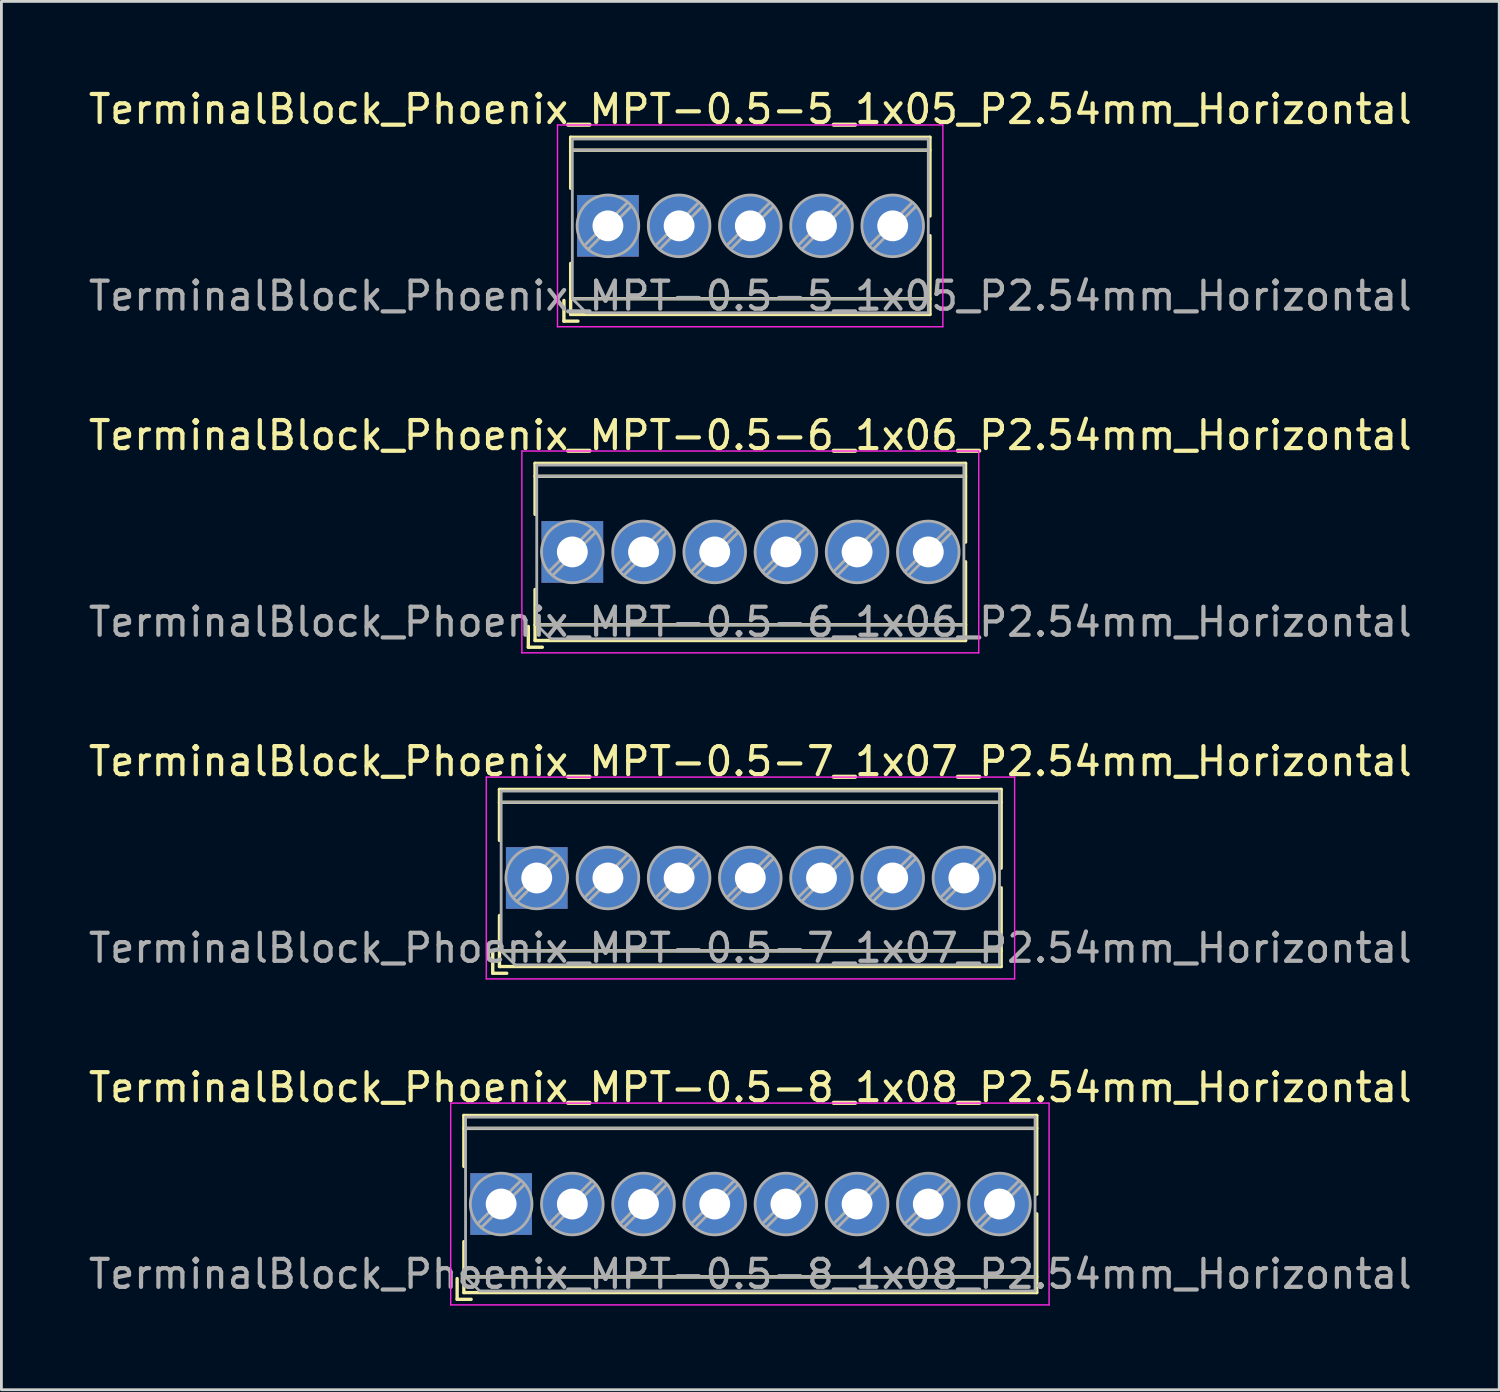
<source format=kicad_pcb>
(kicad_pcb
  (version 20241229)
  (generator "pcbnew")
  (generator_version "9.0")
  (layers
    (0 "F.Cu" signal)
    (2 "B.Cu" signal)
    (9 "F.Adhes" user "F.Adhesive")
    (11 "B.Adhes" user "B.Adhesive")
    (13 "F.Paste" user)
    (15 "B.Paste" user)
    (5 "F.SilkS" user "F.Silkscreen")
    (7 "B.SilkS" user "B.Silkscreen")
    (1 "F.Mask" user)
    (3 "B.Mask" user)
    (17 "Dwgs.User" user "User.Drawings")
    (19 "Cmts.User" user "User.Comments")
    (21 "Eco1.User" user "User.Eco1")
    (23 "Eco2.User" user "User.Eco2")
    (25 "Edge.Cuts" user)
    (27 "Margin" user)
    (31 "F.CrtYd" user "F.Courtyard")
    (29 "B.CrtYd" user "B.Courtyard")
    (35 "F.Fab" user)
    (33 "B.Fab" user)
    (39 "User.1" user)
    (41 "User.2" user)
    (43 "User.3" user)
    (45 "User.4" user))
  (footprint "TerminalBlock_Phoenix_MPT-0.5-7_1x07_P2.54mm_Horizontal"
    (layer "F.Cu")
    (at 16.1 28.275)
    (property "Reference" "TerminalBlock_Phoenix_MPT-0.5-7_1x07_P2.54mm_Horizontal" (at 7.62 -4.16 0) (layer "F.SilkS") (effects (font (size 1 1) (thickness 0.15))))
    (attr through_hole)
    (fp_line (start -1.57 2.66) (end -1.57 3.4) (stroke (width 0.12) (type solid)) (layer "F.SilkS"))
    (fp_line (start -1.57 3.4) (end -1.07 3.4) (stroke (width 0.12) (type solid)) (layer "F.SilkS"))
    (fp_line (start -1.33 -3.16) (end -1.33 -1.34) (stroke (width 0.12) (type solid)) (layer "F.SilkS"))
    (fp_line (start -1.33 -3.16) (end 16.57 -3.16) (stroke (width 0.12) (type solid)) (layer "F.SilkS"))
    (fp_line (start -1.33 -2.7) (end 16.57 -2.7) (stroke (width 0.12) (type solid)) (layer "F.SilkS"))
    (fp_line (start -1.33 1.34) (end -1.33 3.16) (stroke (width 0.12) (type solid)) (layer "F.SilkS"))
    (fp_line (start -1.33 2.6) (end 16.57 2.6) (stroke (width 0.12) (type solid)) (layer "F.SilkS"))
    (fp_line (start -1.33 3.16) (end 16.57 3.16) (stroke (width 0.12) (type solid)) (layer "F.SilkS"))
    (fp_line (start 16.57 -3.16) (end 16.57 -0.35) (stroke (width 0.12) (type solid)) (layer "F.SilkS"))
    (fp_line (start 16.57 0.35) (end 16.57 3.16) (stroke (width 0.12) (type solid)) (layer "F.SilkS"))
    (fp_line (start -1.8 -3.6) (end -1.8 3.6) (stroke (width 0.05) (type solid)) (layer "F.CrtYd"))
    (fp_line (start -1.8 3.6) (end 17.05 3.6) (stroke (width 0.05) (type solid)) (layer "F.CrtYd"))
    (fp_line (start 17.05 -3.6) (end -1.8 -3.6) (stroke (width 0.05) (type solid)) (layer "F.CrtYd"))
    (fp_line (start 17.05 3.6) (end 17.05 -3.6) (stroke (width 0.05) (type solid)) (layer "F.CrtYd"))
    (fp_line (start -1.27 -3.1) (end 16.51 -3.1) (stroke (width 0.1) (type solid)) (layer "F.Fab"))
    (fp_line (start -1.27 -2.7) (end 16.51 -2.7) (stroke (width 0.1) (type solid)) (layer "F.Fab"))
    (fp_line (start -1.27 2.6) (end -1.27 -3.1) (stroke (width 0.1) (type solid)) (layer "F.Fab"))
    (fp_line (start -1.27 2.6) (end 16.51 2.6) (stroke (width 0.1) (type solid)) (layer "F.Fab"))
    (fp_line (start -0.77 3.1) (end -1.27 2.6) (stroke (width 0.1) (type solid)) (layer "F.Fab"))
    (fp_line (start 0.701 -0.835) (end -0.835 0.7) (stroke (width 0.1) (type solid)) (layer "F.Fab"))
    (fp_line (start 0.835 -0.7) (end -0.701 0.835) (stroke (width 0.1) (type solid)) (layer "F.Fab"))
    (fp_line (start 3.241 -0.835) (end 1.706 0.7) (stroke (width 0.1) (type solid)) (layer "F.Fab"))
    (fp_line (start 3.375 -0.7) (end 1.84 0.835) (stroke (width 0.1) (type solid)) (layer "F.Fab"))
    (fp_line (start 5.781 -0.835) (end 4.246 0.7) (stroke (width 0.1) (type solid)) (layer "F.Fab"))
    (fp_line (start 5.915 -0.7) (end 4.38 0.835) (stroke (width 0.1) (type solid)) (layer "F.Fab"))
    (fp_line (start 8.321 -0.835) (end 6.786 0.7) (stroke (width 0.1) (type solid)) (layer "F.Fab"))
    (fp_line (start 8.455 -0.7) (end 6.92 0.835) (stroke (width 0.1) (type solid)) (layer "F.Fab"))
    (fp_line (start 10.861 -0.835) (end 9.326 0.7) (stroke (width 0.1) (type solid)) (layer "F.Fab"))
    (fp_line (start 10.995 -0.7) (end 9.46 0.835) (stroke (width 0.1) (type solid)) (layer "F.Fab"))
    (fp_line (start 13.401 -0.835) (end 11.866 0.7) (stroke (width 0.1) (type solid)) (layer "F.Fab"))
    (fp_line (start 13.535 -0.7) (end 12 0.835) (stroke (width 0.1) (type solid)) (layer "F.Fab"))
    (fp_line (start 15.941 -0.835) (end 14.406 0.7) (stroke (width 0.1) (type solid)) (layer "F.Fab"))
    (fp_line (start 16.075 -0.7) (end 14.54 0.835) (stroke (width 0.1) (type solid)) (layer "F.Fab"))
    (fp_line (start 16.51 -3.1) (end 16.51 3.1) (stroke (width 0.1) (type solid)) (layer "F.Fab"))
    (fp_line (start 16.51 3.1) (end -0.77 3.1) (stroke (width 0.1) (type solid)) (layer "F.Fab"))
    (fp_circle (center 0 0) (end 1.1 0) (stroke (width 0.1) (type solid)) (fill no) (layer "F.Fab"))
    (fp_circle (center 2.54 0) (end 3.64 0) (stroke (width 0.1) (type solid)) (fill no) (layer "F.Fab"))
    (fp_circle (center 5.08 0) (end 6.18 0) (stroke (width 0.1) (type solid)) (fill no) (layer "F.Fab"))
    (fp_circle (center 7.62 0) (end 8.72 0) (stroke (width 0.1) (type solid)) (fill no) (layer "F.Fab"))
    (fp_circle (center 10.16 0) (end 11.26 0) (stroke (width 0.1) (type solid)) (fill no) (layer "F.Fab"))
    (fp_circle (center 12.7 0) (end 13.8 0) (stroke (width 0.1) (type solid)) (fill no) (layer "F.Fab"))
    (fp_circle (center 15.24 0) (end 16.34 0) (stroke (width 0.1) (type solid)) (fill no) (layer "F.Fab"))
    (fp_text user "${REFERENCE}" (at 7.62 2.5 0) (layer "F.Fab") (effects (font (size 1 1) (thickness 0.15))))
    (pad "1" thru_hole rect (at 0 0) (size 2.2 2.2) (drill 1.1) (layers "*.Cu" "*.Mask"))
    (pad "2" thru_hole circle (at 2.54 0) (size 2.2 2.2) (drill 1.1) (layers "*.Cu" "*.Mask"))
    (pad "3" thru_hole circle (at 5.08 0) (size 2.2 2.2) (drill 1.1) (layers "*.Cu" "*.Mask"))
    (pad "4" thru_hole circle (at 7.62 0) (size 2.2 2.2) (drill 1.1) (layers "*.Cu" "*.Mask"))
    (pad "5" thru_hole circle (at 10.16 0) (size 2.2 2.2) (drill 1.1) (layers "*.Cu" "*.Mask"))
    (pad "6" thru_hole circle (at 12.7 0) (size 2.2 2.2) (drill 1.1) (layers "*.Cu" "*.Mask"))
    (pad "7" thru_hole circle (at 15.24 0) (size 2.2 2.2) (drill 1.1) (layers "*.Cu" "*.Mask")))
  (footprint "TerminalBlock_Phoenix_MPT-0.5-5_1x05_P2.54mm_Horizontal"
    (layer "F.Cu")
    (at 18.64 5.008)
    (property "Reference" "TerminalBlock_Phoenix_MPT-0.5-5_1x05_P2.54mm_Horizontal" (at 5.08 -4.16 0) (layer "F.SilkS") (effects (font (size 1 1) (thickness 0.15))))
    (attr through_hole)
    (fp_line (start -1.57 2.66) (end -1.57 3.4) (stroke (width 0.12) (type solid)) (layer "F.SilkS"))
    (fp_line (start -1.57 3.4) (end -1.07 3.4) (stroke (width 0.12) (type solid)) (layer "F.SilkS"))
    (fp_line (start -1.33 -3.16) (end -1.33 -1.34) (stroke (width 0.12) (type solid)) (layer "F.SilkS"))
    (fp_line (start -1.33 -3.16) (end 11.49 -3.16) (stroke (width 0.12) (type solid)) (layer "F.SilkS"))
    (fp_line (start -1.33 -2.7) (end 11.49 -2.7) (stroke (width 0.12) (type solid)) (layer "F.SilkS"))
    (fp_line (start -1.33 1.34) (end -1.33 3.16) (stroke (width 0.12) (type solid)) (layer "F.SilkS"))
    (fp_line (start -1.33 2.6) (end 11.49 2.6) (stroke (width 0.12) (type solid)) (layer "F.SilkS"))
    (fp_line (start -1.33 3.16) (end 11.49 3.16) (stroke (width 0.12) (type solid)) (layer "F.SilkS"))
    (fp_line (start 11.49 -3.16) (end 11.49 -0.35) (stroke (width 0.12) (type solid)) (layer "F.SilkS"))
    (fp_line (start 11.49 0.35) (end 11.49 3.16) (stroke (width 0.12) (type solid)) (layer "F.SilkS"))
    (fp_line (start -1.8 -3.6) (end -1.8 3.6) (stroke (width 0.05) (type solid)) (layer "F.CrtYd"))
    (fp_line (start -1.8 3.6) (end 11.95 3.6) (stroke (width 0.05) (type solid)) (layer "F.CrtYd"))
    (fp_line (start 11.95 -3.6) (end -1.8 -3.6) (stroke (width 0.05) (type solid)) (layer "F.CrtYd"))
    (fp_line (start 11.95 3.6) (end 11.95 -3.6) (stroke (width 0.05) (type solid)) (layer "F.CrtYd"))
    (fp_line (start -1.27 -3.1) (end 11.43 -3.1) (stroke (width 0.1) (type solid)) (layer "F.Fab"))
    (fp_line (start -1.27 -2.7) (end 11.43 -2.7) (stroke (width 0.1) (type solid)) (layer "F.Fab"))
    (fp_line (start -1.27 2.6) (end -1.27 -3.1) (stroke (width 0.1) (type solid)) (layer "F.Fab"))
    (fp_line (start -1.27 2.6) (end 11.43 2.6) (stroke (width 0.1) (type solid)) (layer "F.Fab"))
    (fp_line (start -0.77 3.1) (end -1.27 2.6) (stroke (width 0.1) (type solid)) (layer "F.Fab"))
    (fp_line (start 0.701 -0.835) (end -0.835 0.7) (stroke (width 0.1) (type solid)) (layer "F.Fab"))
    (fp_line (start 0.835 -0.7) (end -0.701 0.835) (stroke (width 0.1) (type solid)) (layer "F.Fab"))
    (fp_line (start 3.241 -0.835) (end 1.706 0.7) (stroke (width 0.1) (type solid)) (layer "F.Fab"))
    (fp_line (start 3.375 -0.7) (end 1.84 0.835) (stroke (width 0.1) (type solid)) (layer "F.Fab"))
    (fp_line (start 5.781 -0.835) (end 4.246 0.7) (stroke (width 0.1) (type solid)) (layer "F.Fab"))
    (fp_line (start 5.915 -0.7) (end 4.38 0.835) (stroke (width 0.1) (type solid)) (layer "F.Fab"))
    (fp_line (start 8.321 -0.835) (end 6.786 0.7) (stroke (width 0.1) (type solid)) (layer "F.Fab"))
    (fp_line (start 8.455 -0.7) (end 6.92 0.835) (stroke (width 0.1) (type solid)) (layer "F.Fab"))
    (fp_line (start 10.861 -0.835) (end 9.326 0.7) (stroke (width 0.1) (type solid)) (layer "F.Fab"))
    (fp_line (start 10.995 -0.7) (end 9.46 0.835) (stroke (width 0.1) (type solid)) (layer "F.Fab"))
    (fp_line (start 11.43 -3.1) (end 11.43 3.1) (stroke (width 0.1) (type solid)) (layer "F.Fab"))
    (fp_line (start 11.43 3.1) (end -0.77 3.1) (stroke (width 0.1) (type solid)) (layer "F.Fab"))
    (fp_circle (center 0 0) (end 1.1 0) (stroke (width 0.1) (type solid)) (fill no) (layer "F.Fab"))
    (fp_circle (center 2.54 0) (end 3.64 0) (stroke (width 0.1) (type solid)) (fill no) (layer "F.Fab"))
    (fp_circle (center 5.08 0) (end 6.18 0) (stroke (width 0.1) (type solid)) (fill no) (layer "F.Fab"))
    (fp_circle (center 7.62 0) (end 8.72 0) (stroke (width 0.1) (type solid)) (fill no) (layer "F.Fab"))
    (fp_circle (center 10.16 0) (end 11.26 0) (stroke (width 0.1) (type solid)) (fill no) (layer "F.Fab"))
    (fp_text user "${REFERENCE}" (at 5.08 2.5 0) (layer "F.Fab") (effects (font (size 1 1) (thickness 0.15))))
    (pad "1" thru_hole rect (at 0 0) (size 2.2 2.2) (drill 1.1) (layers "*.Cu" "*.Mask"))
    (pad "2" thru_hole circle (at 2.54 0) (size 2.2 2.2) (drill 1.1) (layers "*.Cu" "*.Mask"))
    (pad "3" thru_hole circle (at 5.08 0) (size 2.2 2.2) (drill 1.1) (layers "*.Cu" "*.Mask"))
    (pad "4" thru_hole circle (at 7.62 0) (size 2.2 2.2) (drill 1.1) (layers "*.Cu" "*.Mask"))
    (pad "5" thru_hole circle (at 10.16 0) (size 2.2 2.2) (drill 1.1) (layers "*.Cu" "*.Mask")))
  (footprint "TerminalBlock_Phoenix_MPT-0.5-6_1x06_P2.54mm_Horizontal"
    (layer "F.Cu")
    (at 17.37 16.642)
    (property "Reference" "TerminalBlock_Phoenix_MPT-0.5-6_1x06_P2.54mm_Horizontal" (at 6.35 -4.16 0) (layer "F.SilkS") (effects (font (size 1 1) (thickness 0.15))))
    (attr through_hole)
    (fp_line (start -1.57 2.66) (end -1.57 3.4) (stroke (width 0.12) (type solid)) (layer "F.SilkS"))
    (fp_line (start -1.57 3.4) (end -1.07 3.4) (stroke (width 0.12) (type solid)) (layer "F.SilkS"))
    (fp_line (start -1.33 -3.16) (end -1.33 -1.34) (stroke (width 0.12) (type solid)) (layer "F.SilkS"))
    (fp_line (start -1.33 -3.16) (end 14.03 -3.16) (stroke (width 0.12) (type solid)) (layer "F.SilkS"))
    (fp_line (start -1.33 -2.7) (end 14.03 -2.7) (stroke (width 0.12) (type solid)) (layer "F.SilkS"))
    (fp_line (start -1.33 1.34) (end -1.33 3.16) (stroke (width 0.12) (type solid)) (layer "F.SilkS"))
    (fp_line (start -1.33 2.6) (end 14.03 2.6) (stroke (width 0.12) (type solid)) (layer "F.SilkS"))
    (fp_line (start -1.33 3.16) (end 14.03 3.16) (stroke (width 0.12) (type solid)) (layer "F.SilkS"))
    (fp_line (start 14.03 -3.16) (end 14.03 -0.35) (stroke (width 0.12) (type solid)) (layer "F.SilkS"))
    (fp_line (start 14.03 0.35) (end 14.03 3.16) (stroke (width 0.12) (type solid)) (layer "F.SilkS"))
    (fp_line (start -1.8 -3.6) (end -1.8 3.6) (stroke (width 0.05) (type solid)) (layer "F.CrtYd"))
    (fp_line (start -1.8 3.6) (end 14.5 3.6) (stroke (width 0.05) (type solid)) (layer "F.CrtYd"))
    (fp_line (start 14.5 -3.6) (end -1.8 -3.6) (stroke (width 0.05) (type solid)) (layer "F.CrtYd"))
    (fp_line (start 14.5 3.6) (end 14.5 -3.6) (stroke (width 0.05) (type solid)) (layer "F.CrtYd"))
    (fp_line (start -1.27 -3.1) (end 13.97 -3.1) (stroke (width 0.1) (type solid)) (layer "F.Fab"))
    (fp_line (start -1.27 -2.7) (end 13.97 -2.7) (stroke (width 0.1) (type solid)) (layer "F.Fab"))
    (fp_line (start -1.27 2.6) (end -1.27 -3.1) (stroke (width 0.1) (type solid)) (layer "F.Fab"))
    (fp_line (start -1.27 2.6) (end 13.97 2.6) (stroke (width 0.1) (type solid)) (layer "F.Fab"))
    (fp_line (start -0.77 3.1) (end -1.27 2.6) (stroke (width 0.1) (type solid)) (layer "F.Fab"))
    (fp_line (start 0.701 -0.835) (end -0.835 0.7) (stroke (width 0.1) (type solid)) (layer "F.Fab"))
    (fp_line (start 0.835 -0.7) (end -0.701 0.835) (stroke (width 0.1) (type solid)) (layer "F.Fab"))
    (fp_line (start 3.241 -0.835) (end 1.706 0.7) (stroke (width 0.1) (type solid)) (layer "F.Fab"))
    (fp_line (start 3.375 -0.7) (end 1.84 0.835) (stroke (width 0.1) (type solid)) (layer "F.Fab"))
    (fp_line (start 5.781 -0.835) (end 4.246 0.7) (stroke (width 0.1) (type solid)) (layer "F.Fab"))
    (fp_line (start 5.915 -0.7) (end 4.38 0.835) (stroke (width 0.1) (type solid)) (layer "F.Fab"))
    (fp_line (start 8.321 -0.835) (end 6.786 0.7) (stroke (width 0.1) (type solid)) (layer "F.Fab"))
    (fp_line (start 8.455 -0.7) (end 6.92 0.835) (stroke (width 0.1) (type solid)) (layer "F.Fab"))
    (fp_line (start 10.861 -0.835) (end 9.326 0.7) (stroke (width 0.1) (type solid)) (layer "F.Fab"))
    (fp_line (start 10.995 -0.7) (end 9.46 0.835) (stroke (width 0.1) (type solid)) (layer "F.Fab"))
    (fp_line (start 13.401 -0.835) (end 11.866 0.7) (stroke (width 0.1) (type solid)) (layer "F.Fab"))
    (fp_line (start 13.535 -0.7) (end 12 0.835) (stroke (width 0.1) (type solid)) (layer "F.Fab"))
    (fp_line (start 13.97 -3.1) (end 13.97 3.1) (stroke (width 0.1) (type solid)) (layer "F.Fab"))
    (fp_line (start 13.97 3.1) (end -0.77 3.1) (stroke (width 0.1) (type solid)) (layer "F.Fab"))
    (fp_circle (center 0 0) (end 1.1 0) (stroke (width 0.1) (type solid)) (fill no) (layer "F.Fab"))
    (fp_circle (center 2.54 0) (end 3.64 0) (stroke (width 0.1) (type solid)) (fill no) (layer "F.Fab"))
    (fp_circle (center 5.08 0) (end 6.18 0) (stroke (width 0.1) (type solid)) (fill no) (layer "F.Fab"))
    (fp_circle (center 7.62 0) (end 8.72 0) (stroke (width 0.1) (type solid)) (fill no) (layer "F.Fab"))
    (fp_circle (center 10.16 0) (end 11.26 0) (stroke (width 0.1) (type solid)) (fill no) (layer "F.Fab"))
    (fp_circle (center 12.7 0) (end 13.8 0) (stroke (width 0.1) (type solid)) (fill no) (layer "F.Fab"))
    (fp_text user "${REFERENCE}" (at 6.35 2.5 0) (layer "F.Fab") (effects (font (size 1 1) (thickness 0.15))))
    (pad "1" thru_hole rect (at 0 0) (size 2.2 2.2) (drill 1.1) (layers "*.Cu" "*.Mask"))
    (pad "2" thru_hole circle (at 2.54 0) (size 2.2 2.2) (drill 1.1) (layers "*.Cu" "*.Mask"))
    (pad "3" thru_hole circle (at 5.08 0) (size 2.2 2.2) (drill 1.1) (layers "*.Cu" "*.Mask"))
    (pad "4" thru_hole circle (at 7.62 0) (size 2.2 2.2) (drill 1.1) (layers "*.Cu" "*.Mask"))
    (pad "5" thru_hole circle (at 10.16 0) (size 2.2 2.2) (drill 1.1) (layers "*.Cu" "*.Mask"))
    (pad "6" thru_hole circle (at 12.7 0) (size 2.2 2.2) (drill 1.1) (layers "*.Cu" "*.Mask")))
  (footprint "TerminalBlock_Phoenix_MPT-0.5-8_1x08_P2.54mm_Horizontal"
    (layer "F.Cu")
    (at 14.83 39.908)
    (property "Reference" "TerminalBlock_Phoenix_MPT-0.5-8_1x08_P2.54mm_Horizontal" (at 8.89 -4.16 0) (layer "F.SilkS") (effects (font (size 1 1) (thickness 0.15))))
    (attr through_hole)
    (fp_line (start -1.57 2.66) (end -1.57 3.4) (stroke (width 0.12) (type solid)) (layer "F.SilkS"))
    (fp_line (start -1.57 3.4) (end -1.07 3.4) (stroke (width 0.12) (type solid)) (layer "F.SilkS"))
    (fp_line (start -1.33 -3.16) (end -1.33 -1.34) (stroke (width 0.12) (type solid)) (layer "F.SilkS"))
    (fp_line (start -1.33 -3.16) (end 19.11 -3.16) (stroke (width 0.12) (type solid)) (layer "F.SilkS"))
    (fp_line (start -1.33 -2.7) (end 19.11 -2.7) (stroke (width 0.12) (type solid)) (layer "F.SilkS"))
    (fp_line (start -1.33 1.34) (end -1.33 3.16) (stroke (width 0.12) (type solid)) (layer "F.SilkS"))
    (fp_line (start -1.33 2.6) (end 19.11 2.6) (stroke (width 0.12) (type solid)) (layer "F.SilkS"))
    (fp_line (start -1.33 3.16) (end 19.11 3.16) (stroke (width 0.12) (type solid)) (layer "F.SilkS"))
    (fp_line (start 19.11 -3.16) (end 19.11 -0.35) (stroke (width 0.12) (type solid)) (layer "F.SilkS"))
    (fp_line (start 19.11 0.35) (end 19.11 3.16) (stroke (width 0.12) (type solid)) (layer "F.SilkS"))
    (fp_line (start -1.8 -3.6) (end -1.8 3.6) (stroke (width 0.05) (type solid)) (layer "F.CrtYd"))
    (fp_line (start -1.8 3.6) (end 19.55 3.6) (stroke (width 0.05) (type solid)) (layer "F.CrtYd"))
    (fp_line (start 19.55 -3.6) (end -1.8 -3.6) (stroke (width 0.05) (type solid)) (layer "F.CrtYd"))
    (fp_line (start 19.55 3.6) (end 19.55 -3.6) (stroke (width 0.05) (type solid)) (layer "F.CrtYd"))
    (fp_line (start -1.27 -3.1) (end 19.05 -3.1) (stroke (width 0.1) (type solid)) (layer "F.Fab"))
    (fp_line (start -1.27 -2.7) (end 19.05 -2.7) (stroke (width 0.1) (type solid)) (layer "F.Fab"))
    (fp_line (start -1.27 2.6) (end -1.27 -3.1) (stroke (width 0.1) (type solid)) (layer "F.Fab"))
    (fp_line (start -1.27 2.6) (end 19.05 2.6) (stroke (width 0.1) (type solid)) (layer "F.Fab"))
    (fp_line (start -0.77 3.1) (end -1.27 2.6) (stroke (width 0.1) (type solid)) (layer "F.Fab"))
    (fp_line (start 0.701 -0.835) (end -0.835 0.7) (stroke (width 0.1) (type solid)) (layer "F.Fab"))
    (fp_line (start 0.835 -0.7) (end -0.701 0.835) (stroke (width 0.1) (type solid)) (layer "F.Fab"))
    (fp_line (start 3.241 -0.835) (end 1.706 0.7) (stroke (width 0.1) (type solid)) (layer "F.Fab"))
    (fp_line (start 3.375 -0.7) (end 1.84 0.835) (stroke (width 0.1) (type solid)) (layer "F.Fab"))
    (fp_line (start 5.781 -0.835) (end 4.246 0.7) (stroke (width 0.1) (type solid)) (layer "F.Fab"))
    (fp_line (start 5.915 -0.7) (end 4.38 0.835) (stroke (width 0.1) (type solid)) (layer "F.Fab"))
    (fp_line (start 8.321 -0.835) (end 6.786 0.7) (stroke (width 0.1) (type solid)) (layer "F.Fab"))
    (fp_line (start 8.455 -0.7) (end 6.92 0.835) (stroke (width 0.1) (type solid)) (layer "F.Fab"))
    (fp_line (start 10.861 -0.835) (end 9.326 0.7) (stroke (width 0.1) (type solid)) (layer "F.Fab"))
    (fp_line (start 10.995 -0.7) (end 9.46 0.835) (stroke (width 0.1) (type solid)) (layer "F.Fab"))
    (fp_line (start 13.401 -0.835) (end 11.866 0.7) (stroke (width 0.1) (type solid)) (layer "F.Fab"))
    (fp_line (start 13.535 -0.7) (end 12 0.835) (stroke (width 0.1) (type solid)) (layer "F.Fab"))
    (fp_line (start 15.941 -0.835) (end 14.406 0.7) (stroke (width 0.1) (type solid)) (layer "F.Fab"))
    (fp_line (start 16.075 -0.7) (end 14.54 0.835) (stroke (width 0.1) (type solid)) (layer "F.Fab"))
    (fp_line (start 18.481 -0.835) (end 16.946 0.7) (stroke (width 0.1) (type solid)) (layer "F.Fab"))
    (fp_line (start 18.615 -0.7) (end 17.08 0.835) (stroke (width 0.1) (type solid)) (layer "F.Fab"))
    (fp_line (start 19.05 -3.1) (end 19.05 3.1) (stroke (width 0.1) (type solid)) (layer "F.Fab"))
    (fp_line (start 19.05 3.1) (end -0.77 3.1) (stroke (width 0.1) (type solid)) (layer "F.Fab"))
    (fp_circle (center 0 0) (end 1.1 0) (stroke (width 0.1) (type solid)) (fill no) (layer "F.Fab"))
    (fp_circle (center 2.54 0) (end 3.64 0) (stroke (width 0.1) (type solid)) (fill no) (layer "F.Fab"))
    (fp_circle (center 5.08 0) (end 6.18 0) (stroke (width 0.1) (type solid)) (fill no) (layer "F.Fab"))
    (fp_circle (center 7.62 0) (end 8.72 0) (stroke (width 0.1) (type solid)) (fill no) (layer "F.Fab"))
    (fp_circle (center 10.16 0) (end 11.26 0) (stroke (width 0.1) (type solid)) (fill no) (layer "F.Fab"))
    (fp_circle (center 12.7 0) (end 13.8 0) (stroke (width 0.1) (type solid)) (fill no) (layer "F.Fab"))
    (fp_circle (center 15.24 0) (end 16.34 0) (stroke (width 0.1) (type solid)) (fill no) (layer "F.Fab"))
    (fp_circle (center 17.78 0) (end 18.88 0) (stroke (width 0.1) (type solid)) (fill no) (layer "F.Fab"))
    (fp_text user "${REFERENCE}" (at 8.89 2.5 0) (layer "F.Fab") (effects (font (size 1 1) (thickness 0.15))))
    (pad "1" thru_hole rect (at 0 0) (size 2.2 2.2) (drill 1.1) (layers "*.Cu" "*.Mask"))
    (pad "2" thru_hole circle (at 2.54 0) (size 2.2 2.2) (drill 1.1) (layers "*.Cu" "*.Mask"))
    (pad "3" thru_hole circle (at 5.08 0) (size 2.2 2.2) (drill 1.1) (layers "*.Cu" "*.Mask"))
    (pad "4" thru_hole circle (at 7.62 0) (size 2.2 2.2) (drill 1.1) (layers "*.Cu" "*.Mask"))
    (pad "5" thru_hole circle (at 10.16 0) (size 2.2 2.2) (drill 1.1) (layers "*.Cu" "*.Mask"))
    (pad "6" thru_hole circle (at 12.7 0) (size 2.2 2.2) (drill 1.1) (layers "*.Cu" "*.Mask"))
    (pad "7" thru_hole circle (at 15.24 0) (size 2.2 2.2) (drill 1.1) (layers "*.Cu" "*.Mask"))
    (pad "8" thru_hole circle (at 17.78 0) (size 2.2 2.2) (drill 1.1) (layers "*.Cu" "*.Mask")))
  (gr_rect
    (start -3 -3)
    (end 50.44 46.533)
    (stroke (width 0.1) (type default))
    (fill no)
    (layer "Edge.Cuts")))
</source>
